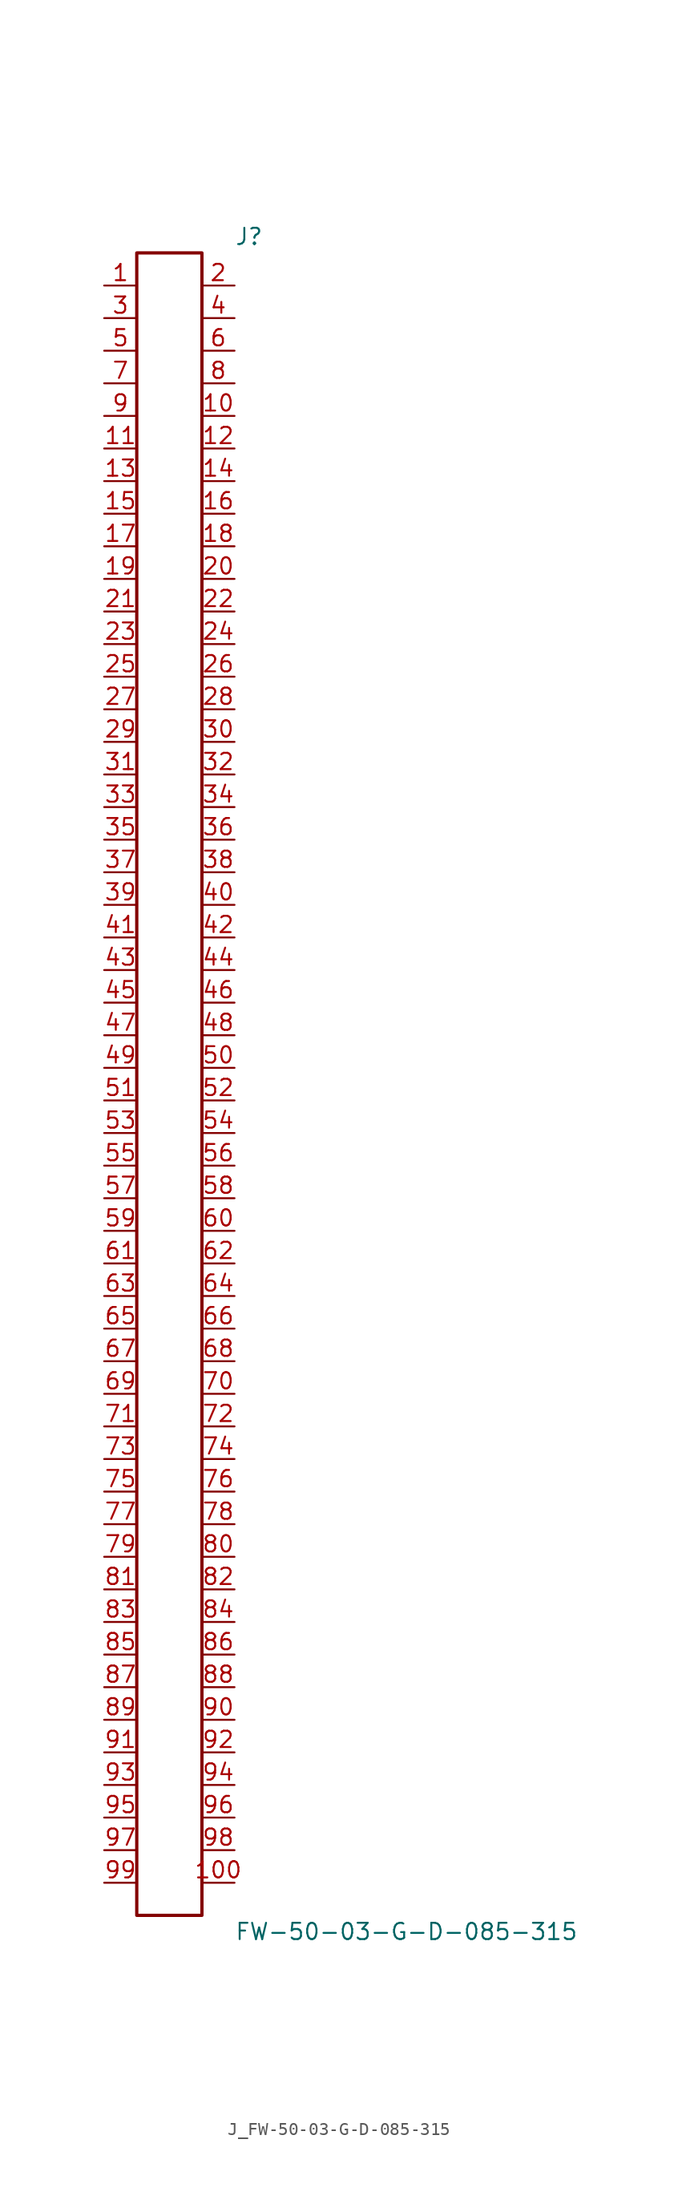
<source format=kicad_sym>
(kicad_symbol_lib
  (version 20231120)
  (generator kicad_symbol_editor)
  (generator_version 8.0)
  (symbol "J_FW-50-03-G-D-085-315"
    (pin_names
      (offset 0.254))
    (property "Reference" "J"
      (at 5.08 66.04 0)
      (effects (font (size 1.27 1.27)) (justify left)))
    (property "Value" "FW-50-03-G-D-085-315"
      (at 5.08 -66.04 0)
      (effects (font (size 1.27 1.27)) (justify left)))
    (symbol "J_FW-50-03-G-D-085-315_0_0"
      (pin unspecified line (at -5.08 62.23 0) (length 2.54) (name "" (effects (font (size 1.27 1.27)))) (number "1" (effects (font (size 1.27 1.27)))))
      (pin unspecified line (at 5.08 62.23 180) (length 2.54) (name "" (effects (font (size 1.27 1.27)))) (number "2" (effects (font (size 1.27 1.27)))))
      (pin unspecified line (at -5.08 59.69 0) (length 2.54) (name "" (effects (font (size 1.27 1.27)))) (number "3" (effects (font (size 1.27 1.27)))))
      (pin unspecified line (at 5.08 59.69 180) (length 2.54) (name "" (effects (font (size 1.27 1.27)))) (number "4" (effects (font (size 1.27 1.27)))))
      (pin unspecified line (at -5.08 57.15 0) (length 2.54) (name "" (effects (font (size 1.27 1.27)))) (number "5" (effects (font (size 1.27 1.27)))))
      (pin unspecified line (at 5.08 57.15 180) (length 2.54) (name "" (effects (font (size 1.27 1.27)))) (number "6" (effects (font (size 1.27 1.27)))))
      (pin unspecified line (at -5.08 54.61 0) (length 2.54) (name "" (effects (font (size 1.27 1.27)))) (number "7" (effects (font (size 1.27 1.27)))))
      (pin unspecified line (at 5.08 54.61 180) (length 2.54) (name "" (effects (font (size 1.27 1.27)))) (number "8" (effects (font (size 1.27 1.27)))))
      (pin unspecified line (at -5.08 52.07 0) (length 2.54) (name "" (effects (font (size 1.27 1.27)))) (number "9" (effects (font (size 1.27 1.27)))))
      (pin unspecified line (at 5.08 52.07 180) (length 2.54) (name "" (effects (font (size 1.27 1.27)))) (number "10" (effects (font (size 1.27 1.27)))))
      (pin unspecified line (at -5.08 49.53 0) (length 2.54) (name "" (effects (font (size 1.27 1.27)))) (number "11" (effects (font (size 1.27 1.27)))))
      (pin unspecified line (at 5.08 49.53 180) (length 2.54) (name "" (effects (font (size 1.27 1.27)))) (number "12" (effects (font (size 1.27 1.27)))))
      (pin unspecified line (at -5.08 46.99 0) (length 2.54) (name "" (effects (font (size 1.27 1.27)))) (number "13" (effects (font (size 1.27 1.27)))))
      (pin unspecified line (at 5.08 46.99 180) (length 2.54) (name "" (effects (font (size 1.27 1.27)))) (number "14" (effects (font (size 1.27 1.27)))))
      (pin unspecified line (at -5.08 44.45 0) (length 2.54) (name "" (effects (font (size 1.27 1.27)))) (number "15" (effects (font (size 1.27 1.27)))))
      (pin unspecified line (at 5.08 44.45 180) (length 2.54) (name "" (effects (font (size 1.27 1.27)))) (number "16" (effects (font (size 1.27 1.27)))))
      (pin unspecified line (at -5.08 41.91 0) (length 2.54) (name "" (effects (font (size 1.27 1.27)))) (number "17" (effects (font (size 1.27 1.27)))))
      (pin unspecified line (at 5.08 41.91 180) (length 2.54) (name "" (effects (font (size 1.27 1.27)))) (number "18" (effects (font (size 1.27 1.27)))))
      (pin unspecified line (at -5.08 39.37 0) (length 2.54) (name "" (effects (font (size 1.27 1.27)))) (number "19" (effects (font (size 1.27 1.27)))))
      (pin unspecified line (at 5.08 39.37 180) (length 2.54) (name "" (effects (font (size 1.27 1.27)))) (number "20" (effects (font (size 1.27 1.27)))))
      (pin unspecified line (at -5.08 36.83 0) (length 2.54) (name "" (effects (font (size 1.27 1.27)))) (number "21" (effects (font (size 1.27 1.27)))))
      (pin unspecified line (at 5.08 36.83 180) (length 2.54) (name "" (effects (font (size 1.27 1.27)))) (number "22" (effects (font (size 1.27 1.27)))))
      (pin unspecified line (at -5.08 34.29 0) (length 2.54) (name "" (effects (font (size 1.27 1.27)))) (number "23" (effects (font (size 1.27 1.27)))))
      (pin unspecified line (at 5.08 34.29 180) (length 2.54) (name "" (effects (font (size 1.27 1.27)))) (number "24" (effects (font (size 1.27 1.27)))))
      (pin unspecified line (at -5.08 31.75 0) (length 2.54) (name "" (effects (font (size 1.27 1.27)))) (number "25" (effects (font (size 1.27 1.27)))))
      (pin unspecified line (at 5.08 31.75 180) (length 2.54) (name "" (effects (font (size 1.27 1.27)))) (number "26" (effects (font (size 1.27 1.27)))))
      (pin unspecified line (at -5.08 29.21 0) (length 2.54) (name "" (effects (font (size 1.27 1.27)))) (number "27" (effects (font (size 1.27 1.27)))))
      (pin unspecified line (at 5.08 29.21 180) (length 2.54) (name "" (effects (font (size 1.27 1.27)))) (number "28" (effects (font (size 1.27 1.27)))))
      (pin unspecified line (at -5.08 26.67 0) (length 2.54) (name "" (effects (font (size 1.27 1.27)))) (number "29" (effects (font (size 1.27 1.27)))))
      (pin unspecified line (at 5.08 26.67 180) (length 2.54) (name "" (effects (font (size 1.27 1.27)))) (number "30" (effects (font (size 1.27 1.27)))))
      (pin unspecified line (at -5.08 24.13 0) (length 2.54) (name "" (effects (font (size 1.27 1.27)))) (number "31" (effects (font (size 1.27 1.27)))))
      (pin unspecified line (at 5.08 24.13 180) (length 2.54) (name "" (effects (font (size 1.27 1.27)))) (number "32" (effects (font (size 1.27 1.27)))))
      (pin unspecified line (at -5.08 21.59 0) (length 2.54) (name "" (effects (font (size 1.27 1.27)))) (number "33" (effects (font (size 1.27 1.27)))))
      (pin unspecified line (at 5.08 21.59 180) (length 2.54) (name "" (effects (font (size 1.27 1.27)))) (number "34" (effects (font (size 1.27 1.27)))))
      (pin unspecified line (at -5.08 19.05 0) (length 2.54) (name "" (effects (font (size 1.27 1.27)))) (number "35" (effects (font (size 1.27 1.27)))))
      (pin unspecified line (at 5.08 19.05 180) (length 2.54) (name "" (effects (font (size 1.27 1.27)))) (number "36" (effects (font (size 1.27 1.27)))))
      (pin unspecified line (at -5.08 16.51 0) (length 2.54) (name "" (effects (font (size 1.27 1.27)))) (number "37" (effects (font (size 1.27 1.27)))))
      (pin unspecified line (at 5.08 16.51 180) (length 2.54) (name "" (effects (font (size 1.27 1.27)))) (number "38" (effects (font (size 1.27 1.27)))))
      (pin unspecified line (at -5.08 13.97 0) (length 2.54) (name "" (effects (font (size 1.27 1.27)))) (number "39" (effects (font (size 1.27 1.27)))))
      (pin unspecified line (at 5.08 13.97 180) (length 2.54) (name "" (effects (font (size 1.27 1.27)))) (number "40" (effects (font (size 1.27 1.27)))))
      (pin unspecified line (at -5.08 11.43 0) (length 2.54) (name "" (effects (font (size 1.27 1.27)))) (number "41" (effects (font (size 1.27 1.27)))))
      (pin unspecified line (at 5.08 11.43 180) (length 2.54) (name "" (effects (font (size 1.27 1.27)))) (number "42" (effects (font (size 1.27 1.27)))))
      (pin unspecified line (at -5.08 8.89 0) (length 2.54) (name "" (effects (font (size 1.27 1.27)))) (number "43" (effects (font (size 1.27 1.27)))))
      (pin unspecified line (at 5.08 8.89 180) (length 2.54) (name "" (effects (font (size 1.27 1.27)))) (number "44" (effects (font (size 1.27 1.27)))))
      (pin unspecified line (at -5.08 6.35 0) (length 2.54) (name "" (effects (font (size 1.27 1.27)))) (number "45" (effects (font (size 1.27 1.27)))))
      (pin unspecified line (at 5.08 6.35 180) (length 2.54) (name "" (effects (font (size 1.27 1.27)))) (number "46" (effects (font (size 1.27 1.27)))))
      (pin unspecified line (at -5.08 3.81 0) (length 2.54) (name "" (effects (font (size 1.27 1.27)))) (number "47" (effects (font (size 1.27 1.27)))))
      (pin unspecified line (at 5.08 3.81 180) (length 2.54) (name "" (effects (font (size 1.27 1.27)))) (number "48" (effects (font (size 1.27 1.27)))))
      (pin unspecified line (at -5.08 1.27 0) (length 2.54) (name "" (effects (font (size 1.27 1.27)))) (number "49" (effects (font (size 1.27 1.27)))))
      (pin unspecified line (at 5.08 1.27 180) (length 2.54) (name "" (effects (font (size 1.27 1.27)))) (number "50" (effects (font (size 1.27 1.27)))))
      (pin unspecified line (at -5.08 -1.27 0) (length 2.54) (name "" (effects (font (size 1.27 1.27)))) (number "51" (effects (font (size 1.27 1.27)))))
      (pin unspecified line (at 5.08 -1.27 180) (length 2.54) (name "" (effects (font (size 1.27 1.27)))) (number "52" (effects (font (size 1.27 1.27)))))
      (pin unspecified line (at -5.08 -3.81 0) (length 2.54) (name "" (effects (font (size 1.27 1.27)))) (number "53" (effects (font (size 1.27 1.27)))))
      (pin unspecified line (at 5.08 -3.81 180) (length 2.54) (name "" (effects (font (size 1.27 1.27)))) (number "54" (effects (font (size 1.27 1.27)))))
      (pin unspecified line (at -5.08 -6.35 0) (length 2.54) (name "" (effects (font (size 1.27 1.27)))) (number "55" (effects (font (size 1.27 1.27)))))
      (pin unspecified line (at 5.08 -6.35 180) (length 2.54) (name "" (effects (font (size 1.27 1.27)))) (number "56" (effects (font (size 1.27 1.27)))))
      (pin unspecified line (at -5.08 -8.89 0) (length 2.54) (name "" (effects (font (size 1.27 1.27)))) (number "57" (effects (font (size 1.27 1.27)))))
      (pin unspecified line (at 5.08 -8.89 180) (length 2.54) (name "" (effects (font (size 1.27 1.27)))) (number "58" (effects (font (size 1.27 1.27)))))
      (pin unspecified line (at -5.08 -11.43 0) (length 2.54) (name "" (effects (font (size 1.27 1.27)))) (number "59" (effects (font (size 1.27 1.27)))))
      (pin unspecified line (at 5.08 -11.43 180) (length 2.54) (name "" (effects (font (size 1.27 1.27)))) (number "60" (effects (font (size 1.27 1.27)))))
      (pin unspecified line (at -5.08 -13.97 0) (length 2.54) (name "" (effects (font (size 1.27 1.27)))) (number "61" (effects (font (size 1.27 1.27)))))
      (pin unspecified line (at 5.08 -13.97 180) (length 2.54) (name "" (effects (font (size 1.27 1.27)))) (number "62" (effects (font (size 1.27 1.27)))))
      (pin unspecified line (at -5.08 -16.51 0) (length 2.54) (name "" (effects (font (size 1.27 1.27)))) (number "63" (effects (font (size 1.27 1.27)))))
      (pin unspecified line (at 5.08 -16.51 180) (length 2.54) (name "" (effects (font (size 1.27 1.27)))) (number "64" (effects (font (size 1.27 1.27)))))
      (pin unspecified line (at -5.08 -19.05 0) (length 2.54) (name "" (effects (font (size 1.27 1.27)))) (number "65" (effects (font (size 1.27 1.27)))))
      (pin unspecified line (at 5.08 -19.05 180) (length 2.54) (name "" (effects (font (size 1.27 1.27)))) (number "66" (effects (font (size 1.27 1.27)))))
      (pin unspecified line (at -5.08 -21.59 0) (length 2.54) (name "" (effects (font (size 1.27 1.27)))) (number "67" (effects (font (size 1.27 1.27)))))
      (pin unspecified line (at 5.08 -21.59 180) (length 2.54) (name "" (effects (font (size 1.27 1.27)))) (number "68" (effects (font (size 1.27 1.27)))))
      (pin unspecified line (at -5.08 -24.13 0) (length 2.54) (name "" (effects (font (size 1.27 1.27)))) (number "69" (effects (font (size 1.27 1.27)))))
      (pin unspecified line (at 5.08 -24.13 180) (length 2.54) (name "" (effects (font (size 1.27 1.27)))) (number "70" (effects (font (size 1.27 1.27)))))
      (pin unspecified line (at -5.08 -26.67 0) (length 2.54) (name "" (effects (font (size 1.27 1.27)))) (number "71" (effects (font (size 1.27 1.27)))))
      (pin unspecified line (at 5.08 -26.67 180) (length 2.54) (name "" (effects (font (size 1.27 1.27)))) (number "72" (effects (font (size 1.27 1.27)))))
      (pin unspecified line (at -5.08 -29.21 0) (length 2.54) (name "" (effects (font (size 1.27 1.27)))) (number "73" (effects (font (size 1.27 1.27)))))
      (pin unspecified line (at 5.08 -29.21 180) (length 2.54) (name "" (effects (font (size 1.27 1.27)))) (number "74" (effects (font (size 1.27 1.27)))))
      (pin unspecified line (at -5.08 -31.75 0) (length 2.54) (name "" (effects (font (size 1.27 1.27)))) (number "75" (effects (font (size 1.27 1.27)))))
      (pin unspecified line (at 5.08 -31.75 180) (length 2.54) (name "" (effects (font (size 1.27 1.27)))) (number "76" (effects (font (size 1.27 1.27)))))
      (pin unspecified line (at -5.08 -34.29 0) (length 2.54) (name "" (effects (font (size 1.27 1.27)))) (number "77" (effects (font (size 1.27 1.27)))))
      (pin unspecified line (at 5.08 -34.29 180) (length 2.54) (name "" (effects (font (size 1.27 1.27)))) (number "78" (effects (font (size 1.27 1.27)))))
      (pin unspecified line (at -5.08 -36.83 0) (length 2.54) (name "" (effects (font (size 1.27 1.27)))) (number "79" (effects (font (size 1.27 1.27)))))
      (pin unspecified line (at 5.08 -36.83 180) (length 2.54) (name "" (effects (font (size 1.27 1.27)))) (number "80" (effects (font (size 1.27 1.27)))))
      (pin unspecified line (at -5.08 -39.37 0) (length 2.54) (name "" (effects (font (size 1.27 1.27)))) (number "81" (effects (font (size 1.27 1.27)))))
      (pin unspecified line (at 5.08 -39.37 180) (length 2.54) (name "" (effects (font (size 1.27 1.27)))) (number "82" (effects (font (size 1.27 1.27)))))
      (pin unspecified line (at -5.08 -41.91 0) (length 2.54) (name "" (effects (font (size 1.27 1.27)))) (number "83" (effects (font (size 1.27 1.27)))))
      (pin unspecified line (at 5.08 -41.91 180) (length 2.54) (name "" (effects (font (size 1.27 1.27)))) (number "84" (effects (font (size 1.27 1.27)))))
      (pin unspecified line (at -5.08 -44.45 0) (length 2.54) (name "" (effects (font (size 1.27 1.27)))) (number "85" (effects (font (size 1.27 1.27)))))
      (pin unspecified line (at 5.08 -44.45 180) (length 2.54) (name "" (effects (font (size 1.27 1.27)))) (number "86" (effects (font (size 1.27 1.27)))))
      (pin unspecified line (at -5.08 -46.99 0) (length 2.54) (name "" (effects (font (size 1.27 1.27)))) (number "87" (effects (font (size 1.27 1.27)))))
      (pin unspecified line (at 5.08 -46.99 180) (length 2.54) (name "" (effects (font (size 1.27 1.27)))) (number "88" (effects (font (size 1.27 1.27)))))
      (pin unspecified line (at -5.08 -49.53 0) (length 2.54) (name "" (effects (font (size 1.27 1.27)))) (number "89" (effects (font (size 1.27 1.27)))))
      (pin unspecified line (at 5.08 -49.53 180) (length 2.54) (name "" (effects (font (size 1.27 1.27)))) (number "90" (effects (font (size 1.27 1.27)))))
      (pin unspecified line (at -5.08 -52.07 0) (length 2.54) (name "" (effects (font (size 1.27 1.27)))) (number "91" (effects (font (size 1.27 1.27)))))
      (pin unspecified line (at 5.08 -52.07 180) (length 2.54) (name "" (effects (font (size 1.27 1.27)))) (number "92" (effects (font (size 1.27 1.27)))))
      (pin unspecified line (at -5.08 -54.61 0) (length 2.54) (name "" (effects (font (size 1.27 1.27)))) (number "93" (effects (font (size 1.27 1.27)))))
      (pin unspecified line (at 5.08 -54.61 180) (length 2.54) (name "" (effects (font (size 1.27 1.27)))) (number "94" (effects (font (size 1.27 1.27)))))
      (pin unspecified line (at -5.08 -57.15 0) (length 2.54) (name "" (effects (font (size 1.27 1.27)))) (number "95" (effects (font (size 1.27 1.27)))))
      (pin unspecified line (at 5.08 -57.15 180) (length 2.54) (name "" (effects (font (size 1.27 1.27)))) (number "96" (effects (font (size 1.27 1.27)))))
      (pin unspecified line (at -5.08 -59.69 0) (length 2.54) (name "" (effects (font (size 1.27 1.27)))) (number "97" (effects (font (size 1.27 1.27)))))
      (pin unspecified line (at 5.08 -59.69 180) (length 2.54) (name "" (effects (font (size 1.27 1.27)))) (number "98" (effects (font (size 1.27 1.27)))))
      (pin unspecified line (at -5.08 -62.23 0) (length 2.54) (name "" (effects (font (size 1.27 1.27)))) (number "99" (effects (font (size 1.27 1.27)))))
      (pin unspecified line (at 5.08 -62.23 180) (length 2.54) (name "" (effects (font (size 1.27 1.27)))) (number "100" (effects (font (size 1.27 1.27))))))
    (symbol "J_FW-50-03-G-D-085-315_1_0"
      (rectangle (start -2.54 64.77) (end 2.54 -64.77) (stroke (width 0.254) (type solid)) (fill (type none))))))
</source>
